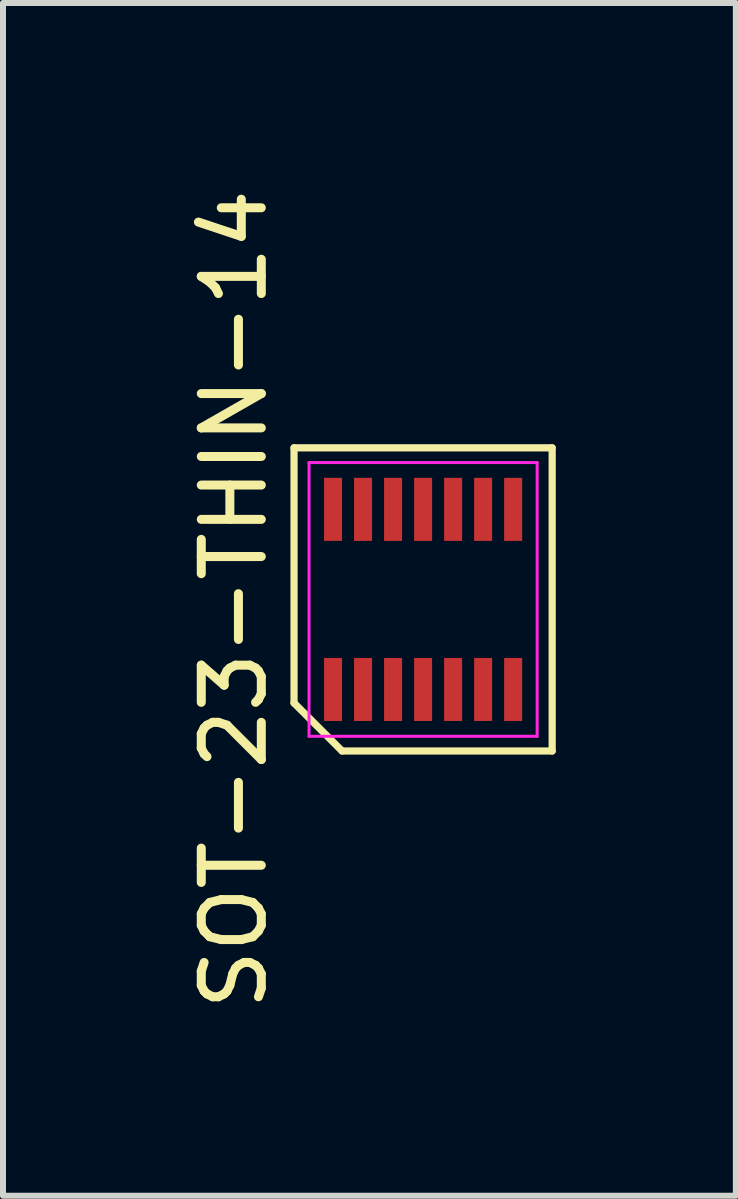
<source format=kicad_pcb>
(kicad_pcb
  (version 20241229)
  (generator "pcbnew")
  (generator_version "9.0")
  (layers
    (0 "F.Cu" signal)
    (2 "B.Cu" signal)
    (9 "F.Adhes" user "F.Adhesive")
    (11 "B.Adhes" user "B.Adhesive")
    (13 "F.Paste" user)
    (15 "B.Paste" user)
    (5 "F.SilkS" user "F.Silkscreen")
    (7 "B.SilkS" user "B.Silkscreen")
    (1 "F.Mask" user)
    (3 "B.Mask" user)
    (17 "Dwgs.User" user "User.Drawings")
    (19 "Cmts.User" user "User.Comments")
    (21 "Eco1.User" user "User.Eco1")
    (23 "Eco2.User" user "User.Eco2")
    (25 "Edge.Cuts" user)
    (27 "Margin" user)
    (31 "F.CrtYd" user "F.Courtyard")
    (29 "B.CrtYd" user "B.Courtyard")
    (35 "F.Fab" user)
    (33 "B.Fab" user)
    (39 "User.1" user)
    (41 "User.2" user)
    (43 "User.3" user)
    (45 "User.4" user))
  (footprint "SOT-23-THIN-14"
    (layer "F.Cu")
    (at 3.998 6.935)
    (property "Reference" "SOT-23-THIN-14" (at -3.15 0 90) (unlocked yes) (layer "F.SilkS") (effects (font (size 1 1) (thickness 0.15))))
    (attr smd)
    (fp_line (start -2.15 -2.525) (end 2.15 -2.525) (stroke (width 0.12) (type default)) (layer "F.SilkS"))
    (fp_line (start -2.15 1.725) (end -2.15 -2.525) (stroke (width 0.12) (type default)) (layer "F.SilkS"))
    (fp_line (start -1.35 2.525) (end -2.15 1.725) (stroke (width 0.12) (type default)) (layer "F.SilkS"))
    (fp_line (start 2.15 -2.525) (end 2.15 2.525) (stroke (width 0.12) (type default)) (layer "F.SilkS"))
    (fp_line (start 2.15 2.525) (end -1.35 2.525) (stroke (width 0.12) (type default)) (layer "F.SilkS"))
    (fp_line (start -1.9 -2.28) (end 1.9 -2.28) (stroke (width 0.05) (type default)) (layer "F.CrtYd"))
    (fp_line (start -1.9 2.28) (end -1.9 -2.28) (stroke (width 0.05) (type default)) (layer "F.CrtYd"))
    (fp_line (start 1.9 -2.28) (end 1.9 2.28) (stroke (width 0.05) (type default)) (layer "F.CrtYd"))
    (fp_line (start 1.9 2.28) (end -1.9 2.28) (stroke (width 0.05) (type default)) (layer "F.CrtYd"))
    (pad "1" smd rect (at -1.5 1.5) (size 0.3 1.05) (layers "F.Cu" "F.Mask" "F.Paste"))
    (pad "2" smd rect (at -1 1.5) (size 0.3 1.05) (layers "F.Cu" "F.Mask" "F.Paste"))
    (pad "3" smd rect (at -0.5 1.5) (size 0.3 1.05) (layers "F.Cu" "F.Mask" "F.Paste"))
    (pad "4" smd rect (at 0 1.5) (size 0.3 1.05) (layers "F.Cu" "F.Mask" "F.Paste"))
    (pad "5" smd rect (at 0.5 1.5) (size 0.3 1.05) (layers "F.Cu" "F.Mask" "F.Paste"))
    (pad "6" smd rect (at 1 1.5) (size 0.3 1.05) (layers "F.Cu" "F.Mask" "F.Paste"))
    (pad "7" smd rect (at 1.5 1.5) (size 0.3 1.05) (layers "F.Cu" "F.Mask" "F.Paste"))
    (pad "8" smd rect (at 1.5 -1.5) (size 0.3 1.05) (layers "F.Cu" "F.Mask" "F.Paste"))
    (pad "9" smd rect (at 1 -1.5) (size 0.3 1.05) (layers "F.Cu" "F.Mask" "F.Paste"))
    (pad "10" smd rect (at 0.5 -1.5) (size 0.3 1.05) (layers "F.Cu" "F.Mask" "F.Paste"))
    (pad "11" smd rect (at 0 -1.5) (size 0.3 1.05) (layers "F.Cu" "F.Mask" "F.Paste"))
    (pad "12" smd rect (at -0.5 -1.5) (size 0.3 1.05) (layers "F.Cu" "F.Mask" "F.Paste"))
    (pad "13" smd rect (at -1 -1.5) (size 0.3 1.05) (layers "F.Cu" "F.Mask" "F.Paste"))
    (pad "14" smd rect (at -1.5 -1.5) (size 0.3 1.05) (layers "F.Cu" "F.Mask" "F.Paste")))
  (gr_rect
    (start -3 -3)
    (end 9.208 16.869)
    (stroke (width 0.1) (type default))
    (fill no)
    (layer "Edge.Cuts")))
</source>
